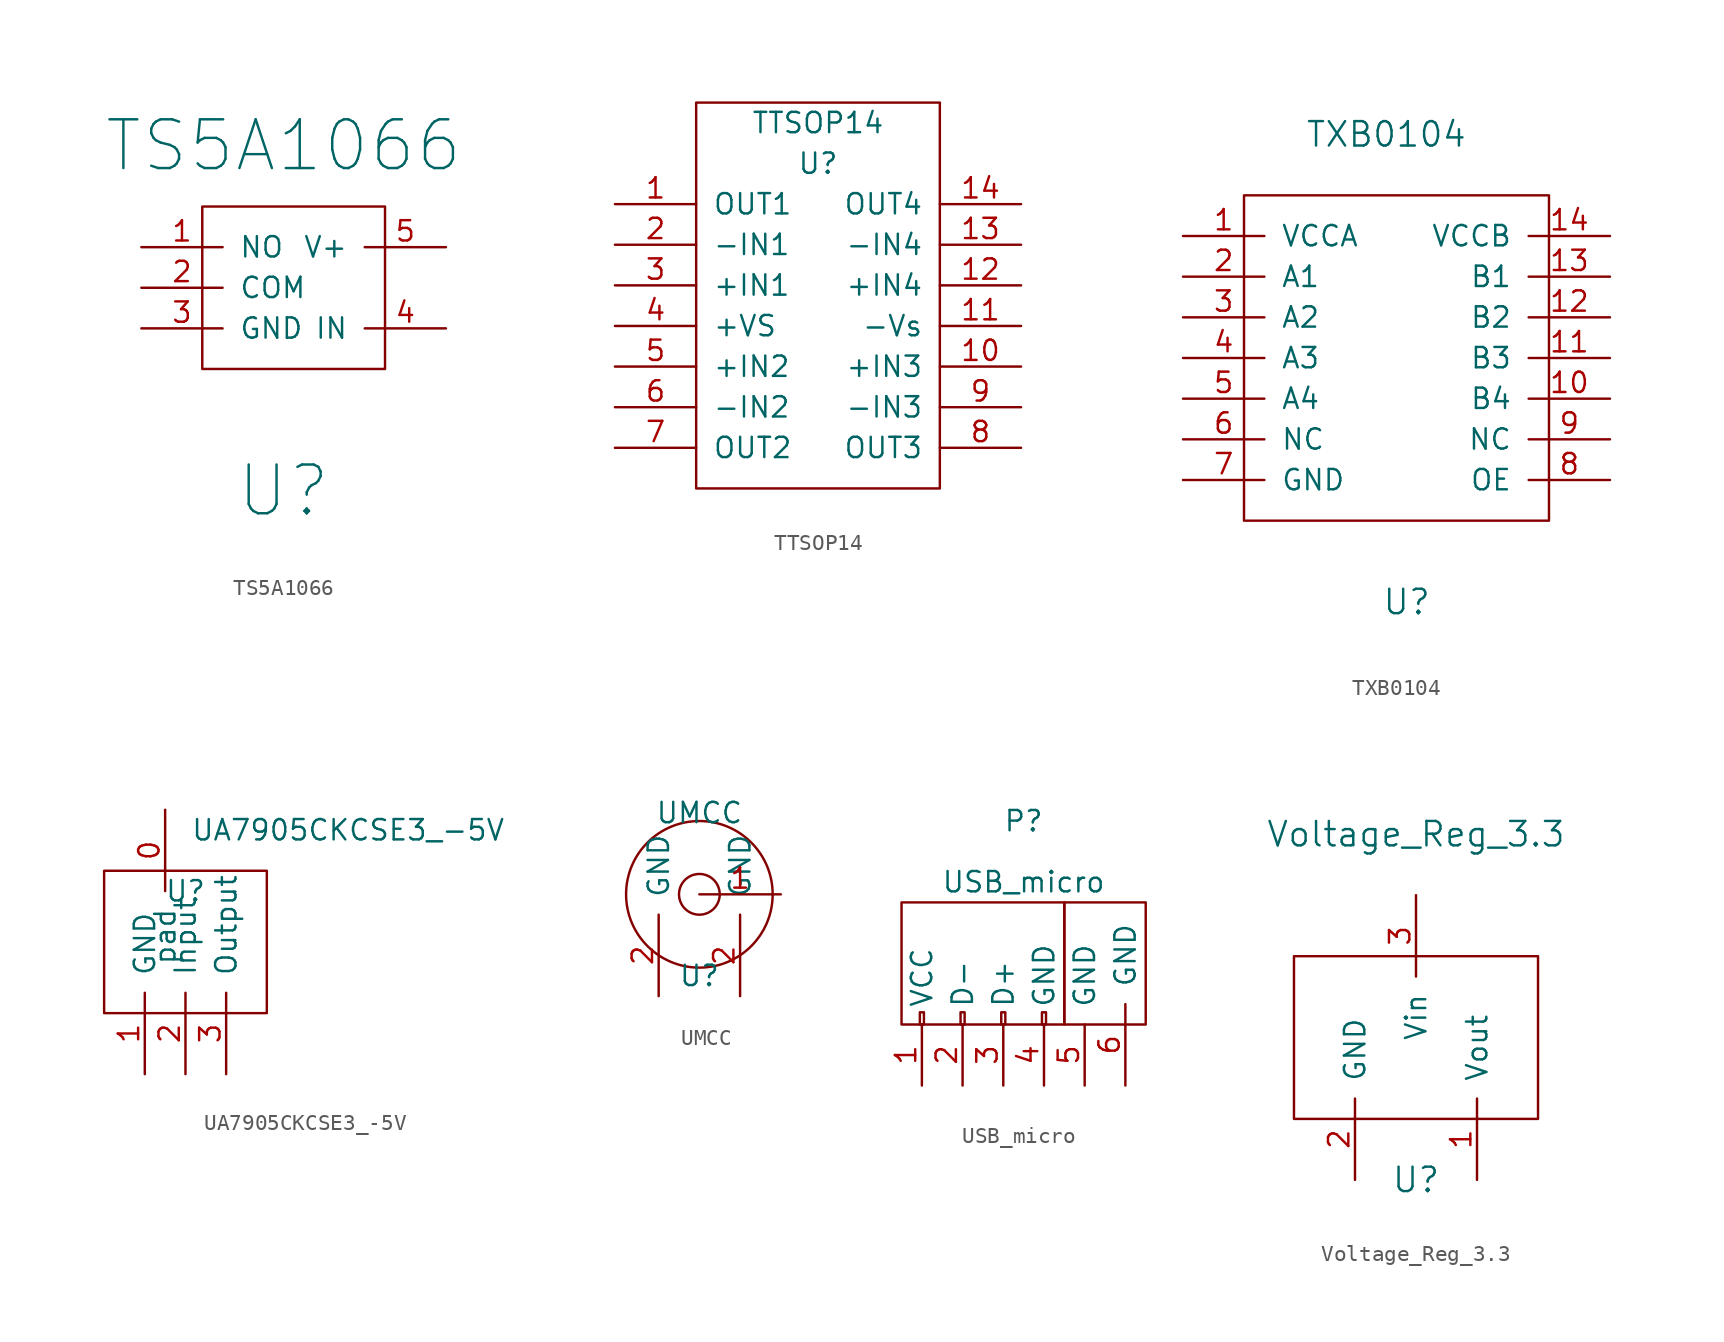
<source format=kicad_sym>
(kicad_symbol_lib
  (version 20220914)
  (generator kicad_symbol_editor)
  (symbol "TS5A1066"
    (pin_names
      (offset 1.016))
    (property "Reference" "U"
      (at 0 -10.16 0)
      (effects (font (size 3.048 3.048))))
    (property "Value" "TS5A1066"
      (at 0 11.43 0)
      (effects (font (size 3.048 3.048))))
    (symbol "TS5A1066_0_1"
      (rectangle (start -5.08 7.62) (end 6.35 -2.54) (stroke (width 0) (type solid)) (fill (type none))))
    (symbol "TS5A1066_1_1"
      (pin input line (at -8.89 5.08 0) (length 5.08) (name "NO" (effects (font (size 1.27 1.27)))) (number "1" (effects (font (size 1.27 1.27)))))
      (pin input line (at -8.89 2.54 0) (length 5.08) (name "COM" (effects (font (size 1.27 1.27)))) (number "2" (effects (font (size 1.27 1.27)))))
      (pin input line (at -8.89 0 0) (length 5.08) (name "GND" (effects (font (size 1.27 1.27)))) (number "3" (effects (font (size 1.27 1.27)))))
      (pin input line (at 10.16 0 180) (length 5.08) (name "IN" (effects (font (size 1.27 1.27)))) (number "4" (effects (font (size 1.27 1.27)))))
      (pin input line (at 10.16 5.08 180) (length 5.08) (name "V+" (effects (font (size 1.27 1.27)))) (number "5" (effects (font (size 1.27 1.27)))))))
  (symbol "TTSOP14"
    (pin_names
      (offset 1.016))
    (property "Reference" "U"
      (at 0 10.16 0)
      (effects (font (size 1.27 1.27))))
    (property "Value" "TTSOP14"
      (at 0 12.7 0)
      (effects (font (size 1.27 1.27))))
    (symbol "TTSOP14_0_1"
      (rectangle (start -7.62 -10.16) (end 7.62 13.97) (stroke (width 0) (type solid)) (fill (type none))))
    (symbol "TTSOP14_1_1"
      (pin input line (at -12.7 7.62 0) (length 5.08) (name "OUT1" (effects (font (size 1.27 1.27)))) (number "1" (effects (font (size 1.27 1.27)))))
      (pin input line (at 12.7 -2.54 180) (length 5.08) (name "+IN3" (effects (font (size 1.27 1.27)))) (number "10" (effects (font (size 1.27 1.27)))))
      (pin input line (at 12.7 0 180) (length 5.08) (name "-Vs" (effects (font (size 1.27 1.27)))) (number "11" (effects (font (size 1.27 1.27)))))
      (pin input line (at 12.7 2.54 180) (length 5.08) (name "+IN4" (effects (font (size 1.27 1.27)))) (number "12" (effects (font (size 1.27 1.27)))))
      (pin input line (at 12.7 5.08 180) (length 5.08) (name "-IN4" (effects (font (size 1.27 1.27)))) (number "13" (effects (font (size 1.27 1.27)))))
      (pin input line (at 12.7 7.62 180) (length 5.08) (name "OUT4" (effects (font (size 1.27 1.27)))) (number "14" (effects (font (size 1.27 1.27)))))
      (pin input line (at -12.7 5.08 0) (length 5.08) (name "-IN1" (effects (font (size 1.27 1.27)))) (number "2" (effects (font (size 1.27 1.27)))))
      (pin input line (at -12.7 2.54 0) (length 5.08) (name "+IN1" (effects (font (size 1.27 1.27)))) (number "3" (effects (font (size 1.27 1.27)))))
      (pin input line (at -12.7 0 0) (length 5.08) (name "+VS" (effects (font (size 1.27 1.27)))) (number "4" (effects (font (size 1.27 1.27)))))
      (pin input line (at -12.7 -2.54 0) (length 5.08) (name "+IN2" (effects (font (size 1.27 1.27)))) (number "5" (effects (font (size 1.27 1.27)))))
      (pin input line (at -12.7 -5.08 0) (length 5.08) (name "-IN2" (effects (font (size 1.27 1.27)))) (number "6" (effects (font (size 1.27 1.27)))))
      (pin input line (at -12.7 -7.62 0) (length 5.08) (name "OUT2" (effects (font (size 1.27 1.27)))) (number "7" (effects (font (size 1.27 1.27)))))
      (pin input line (at 12.7 -7.62 180) (length 5.08) (name "OUT3" (effects (font (size 1.27 1.27)))) (number "8" (effects (font (size 1.27 1.27)))))
      (pin input line (at 12.7 -5.08 180) (length 5.08) (name "-IN3" (effects (font (size 1.27 1.27)))) (number "9" (effects (font (size 1.27 1.27)))))))
  (symbol "TXB0104"
    (pin_names
      (offset 1.016))
    (property "Reference" "U"
      (at 0 -15.24 0)
      (effects (font (size 1.524 1.524))))
    (property "Value" "TXB0104"
      (at -1.27 13.97 0)
      (effects (font (size 1.524 1.524))))
    (property "Footprint" ""
      (at 0 0 0)
      (effects (font (size 1.524 1.524))))
    (property "Datasheet" ""
      (at 0 0 0)
      (effects (font (size 1.524 1.524))))
    (symbol "TXB0104_0_1"
      (rectangle (start -10.16 10.16) (end 8.89 -10.16) (stroke (width 0) (type solid)) (fill (type none))))
    (symbol "TXB0104_1_1"
      (pin input line (at -13.97 7.62 0) (length 5.08) (name "VCCA" (effects (font (size 1.27 1.27)))) (number "1" (effects (font (size 1.27 1.27)))))
      (pin input line (at 12.7 -2.54 180) (length 5.08) (name "B4" (effects (font (size 1.27 1.27)))) (number "10" (effects (font (size 1.27 1.27)))))
      (pin input line (at 12.7 0 180) (length 5.08) (name "B3" (effects (font (size 1.27 1.27)))) (number "11" (effects (font (size 1.27 1.27)))))
      (pin input line (at 12.7 2.54 180) (length 5.08) (name "B2" (effects (font (size 1.27 1.27)))) (number "12" (effects (font (size 1.27 1.27)))))
      (pin input line (at 12.7 5.08 180) (length 5.08) (name "B1" (effects (font (size 1.27 1.27)))) (number "13" (effects (font (size 1.27 1.27)))))
      (pin input line (at 12.7 7.62 180) (length 5.08) (name "VCCB" (effects (font (size 1.27 1.27)))) (number "14" (effects (font (size 1.27 1.27)))))
      (pin input line (at -13.97 5.08 0) (length 5.08) (name "A1" (effects (font (size 1.27 1.27)))) (number "2" (effects (font (size 1.27 1.27)))))
      (pin input line (at -13.97 2.54 0) (length 5.08) (name "A2" (effects (font (size 1.27 1.27)))) (number "3" (effects (font (size 1.27 1.27)))))
      (pin input line (at -13.97 0 0) (length 5.08) (name "A3" (effects (font (size 1.27 1.27)))) (number "4" (effects (font (size 1.27 1.27)))))
      (pin input line (at -13.97 -2.54 0) (length 5.08) (name "A4" (effects (font (size 1.27 1.27)))) (number "5" (effects (font (size 1.27 1.27)))))
      (pin input line (at -13.97 -5.08 0) (length 5.08) (name "NC" (effects (font (size 1.27 1.27)))) (number "6" (effects (font (size 1.27 1.27)))))
      (pin input line (at -13.97 -7.62 0) (length 5.08) (name "GND" (effects (font (size 1.27 1.27)))) (number "7" (effects (font (size 1.27 1.27)))))
      (pin input line (at 12.7 -7.62 180) (length 5.08) (name "OE" (effects (font (size 1.27 1.27)))) (number "8" (effects (font (size 1.27 1.27)))))
      (pin input line (at 12.7 -5.08 180) (length 5.08) (name "NC" (effects (font (size 1.27 1.27)))) (number "9" (effects (font (size 1.27 1.27)))))))
  (symbol "UA7905CKCSE3_-5V"
    (pin_names
      (offset 1.016))
    (property "Reference" "U"
      (at 0 2.54 0)
      (effects (font (size 1.27 1.27))))
    (property "Value" "UA7905CKCSE3_-5V"
      (at 10.16 6.35 0)
      (effects (font (size 1.27 1.27))))
    (symbol "UA7905CKCSE3_-5V_0_1"
      (rectangle (start -5.08 3.81) (end 5.08 -5.08) (stroke (width 0) (type solid)) (fill (type none))))
    (symbol "UA7905CKCSE3_-5V_1_1"
      (pin input line (at -1.27 7.62 270) (length 5.08) (name "pad" (effects (font (size 1.27 1.27)))) (number "0" (effects (font (size 1.27 1.27)))))
      (pin input line (at -2.54 -8.89 90) (length 5.08) (name "GND" (effects (font (size 1.27 1.27)))) (number "1" (effects (font (size 1.27 1.27)))))
      (pin input line (at 0 -8.89 90) (length 5.08) (name "Input" (effects (font (size 1.27 1.27)))) (number "2" (effects (font (size 1.27 1.27)))))
      (pin input line (at 2.54 -8.89 90) (length 5.08) (name "Output" (effects (font (size 1.27 1.27)))) (number "3" (effects (font (size 1.27 1.27)))))))
  (symbol "UMCC"
    (pin_names
      (offset 1.016))
    (property "Reference" "U"
      (at 0 -5.08 0)
      (effects (font (size 1.27 1.27))))
    (property "Value" "UMCC"
      (at 0 5.08 0)
      (effects (font (size 1.27 1.27))))
    (symbol "UMCC_0_1"
      (circle (center 0 0) (radius 1.27) (stroke (width 0) (type solid)) (fill (type none)))
      (circle (center 0 0) (radius 4.572) (stroke (width 0) (type solid)) (fill (type none))))
    (symbol "UMCC_1_1"
      (pin input line (at 5.08 0 180) (length 5.08) (name "~" (effects (font (size 1.27 1.27)))) (number "1" (effects (font (size 1.27 1.27)))))
      (pin input line (at -2.54 -6.35 90) (length 5.08) (name "GND" (effects (font (size 1.27 1.27)))) (number "2" (effects (font (size 1.27 1.27)))))
      (pin input line (at 2.54 -6.35 90) (length 5.08) (name "GND" (effects (font (size 1.27 1.27)))) (number "2" (effects (font (size 1.27 1.27)))))))
  (symbol "USB_micro"
    (pin_names
      (offset 1.016))
    (property "Reference" "P"
      (at 1.27 8.89 0)
      (effects (font (size 1.27 1.27))))
    (property "Value" "USB_micro"
      (at 1.27 5.08 0)
      (effects (font (size 1.27 1.27))))
    (property "Footprint" ""
      (at -1.27 -2.54 90)
      (effects (font (size 1.27 1.27))))
    (property "Datasheet" ""
      (at -1.27 -2.54 90)
      (effects (font (size 1.27 1.27))))
    (symbol "USB_micro_0_1"
      (rectangle (start -6.35 -3.81) (end 3.81 3.81) (stroke (width 0) (type solid)) (fill (type none)))
      (rectangle (start -5.207 -3.81) (end -4.953 -3.048) (stroke (width 0) (type solid)) (fill (type none)))
      (rectangle (start -2.667 -3.81) (end -2.413 -3.048) (stroke (width 0) (type solid)) (fill (type none)))
      (rectangle (start -0.127 -3.81) (end 0.127 -3.048) (stroke (width 0) (type solid)) (fill (type none)))
      (rectangle (start 2.413 -3.81) (end 2.667 -3.048) (stroke (width 0) (type solid)) (fill (type none)))
      (rectangle (start 3.81 3.81) (end 8.89 -3.81) (stroke (width 0) (type solid)) (fill (type none))))
    (symbol "USB_micro_1_1"
      (pin power_in line (at -5.08 -7.62 90) (length 3.81) (name "VCC" (effects (font (size 1.27 1.27)))) (number "1" (effects (font (size 1.27 1.27)))))
      (pin passive line (at -2.54 -7.62 90) (length 3.81) (name "D-" (effects (font (size 1.27 1.27)))) (number "2" (effects (font (size 1.27 1.27)))))
      (pin passive line (at 0 -7.62 90) (length 3.81) (name "D+" (effects (font (size 1.27 1.27)))) (number "3" (effects (font (size 1.27 1.27)))))
      (pin power_in line (at 2.54 -7.62 90) (length 3.81) (name "GND" (effects (font (size 1.27 1.27)))) (number "4" (effects (font (size 1.27 1.27)))))
      (pin passive line (at 5.08 -7.62 90) (length 3.81) (name "GND" (effects (font (size 1.27 1.27)))) (number "5" (effects (font (size 1.27 1.27)))))
      (pin input line (at 7.62 -7.62 90) (length 5.08) (name "GND" (effects (font (size 1.27 1.27)))) (number "6" (effects (font (size 1.27 1.27)))))))
  (symbol "Voltage_Reg_3.3"
    (pin_names
      (offset 1.016))
    (property "Reference" "U"
      (at 0 -8.89 0)
      (effects (font (size 1.524 1.524))))
    (property "Value" "Voltage_Reg_3.3"
      (at 0 12.7 0)
      (effects (font (size 1.524 1.524))))
    (property "Footprint" ""
      (at 0 0 0)
      (effects (font (size 1.524 1.524))))
    (property "Datasheet" ""
      (at 0 0 0)
      (effects (font (size 1.524 1.524))))
    (symbol "Voltage_Reg_3.3_0_1"
      (rectangle (start -7.62 5.08) (end 7.62 -5.08) (stroke (width 0) (type solid)) (fill (type none))))
    (symbol "Voltage_Reg_3.3_1_1"
      (pin input line (at 3.81 -8.89 90) (length 5.08) (name "Vout" (effects (font (size 1.27 1.27)))) (number "1" (effects (font (size 1.27 1.27)))))
      (pin input line (at -3.81 -8.89 90) (length 5.08) (name "GND" (effects (font (size 1.27 1.27)))) (number "2" (effects (font (size 1.27 1.27)))))
      (pin input line (at 0 8.89 270) (length 5.08) (name "Vin" (effects (font (size 1.27 1.27)))) (number "3" (effects (font (size 1.27 1.27))))))))
</source>
